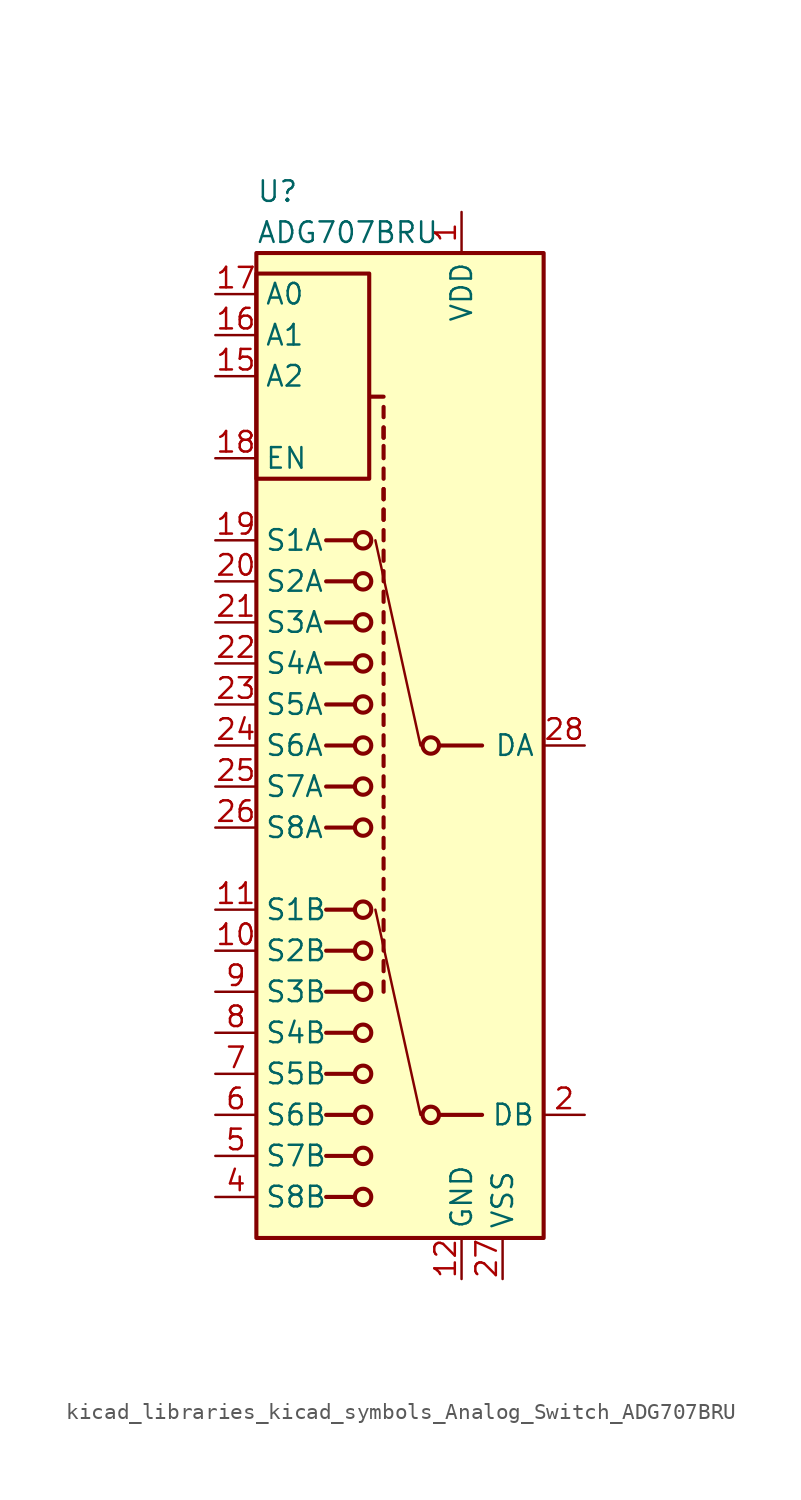
<source format=kicad_sym>
(kicad_symbol_lib
  (version 20220914)
  (generator kicad_symbol_editor)
  (symbol "kicad_libraries_kicad_symbols_Analog_Switch_ADG707BRU"
    (property "Reference" "U"
      (at -7.62 34.29 0)
      (effects (font (size 1.27 1.27)) (justify left)))
    (property "Value" "ADG707BRU"
      (at -7.62 31.75 0)
      (effects (font (size 1.27 1.27)) (justify left)))
    (symbol "kicad_libraries_kicad_symbols_Analog_Switch_ADG707BRU_0_1"
      (rectangle (start -7.62 29.21) (end -0.635 16.51) (stroke (width 0.254) (type default)) (fill (type none)))
      (rectangle (start -7.62 30.48) (end 10.16 -30.48) (stroke (width 0.254) (type default)) (fill (type background)))
      (circle (center -1.016 -27.94) (radius 0.508) (stroke (width 0.254) (type default)) (fill (type none)))
      (circle (center -1.016 -25.4) (radius 0.508) (stroke (width 0.254) (type default)) (fill (type none)))
      (circle (center -1.016 -22.86) (radius 0.508) (stroke (width 0.254) (type default)) (fill (type none)))
      (circle (center -1.016 -20.32) (radius 0.508) (stroke (width 0.254) (type default)) (fill (type none)))
      (circle (center -1.016 -17.78) (radius 0.508) (stroke (width 0.254) (type default)) (fill (type none)))
      (circle (center -1.016 -15.24) (radius 0.508) (stroke (width 0.254) (type default)) (fill (type none)))
      (circle (center -1.016 -12.7) (radius 0.508) (stroke (width 0.254) (type default)) (fill (type none)))
      (circle (center -1.016 -10.16) (radius 0.508) (stroke (width 0.254) (type default)) (fill (type none)))
      (circle (center -1.016 -5.08) (radius 0.508) (stroke (width 0.254) (type default)) (fill (type none)))
      (circle (center -1.016 -2.54) (radius 0.508) (stroke (width 0.254) (type default)) (fill (type none)))
      (circle (center -1.016 0) (radius 0.508) (stroke (width 0.254) (type default)) (fill (type none)))
      (circle (center -1.016 2.54) (radius 0.508) (stroke (width 0.254) (type default)) (fill (type none)))
      (circle (center -1.016 5.08) (radius 0.508) (stroke (width 0.254) (type default)) (fill (type none)))
      (circle (center -1.016 7.62) (radius 0.508) (stroke (width 0.254) (type default)) (fill (type none)))
      (circle (center -1.016 10.16) (radius 0.508) (stroke (width 0.254) (type default)) (fill (type none)))
      (circle (center -1.016 12.7) (radius 0.508) (stroke (width 0.254) (type default)) (fill (type none)))
      (polyline (pts (xy -1.524 -27.94) (xy -3.302 -27.94)) (stroke (width 0.254) (type default)) (fill (type none)))
      (polyline (pts (xy -1.524 -25.4) (xy -3.302 -25.4)) (stroke (width 0.254) (type default)) (fill (type none)))
      (polyline (pts (xy -1.524 -22.86) (xy -3.302 -22.86)) (stroke (width 0.254) (type default)) (fill (type none)))
      (polyline (pts (xy -1.524 -20.32) (xy -3.302 -20.32)) (stroke (width 0.254) (type default)) (fill (type none)))
      (polyline (pts (xy -1.524 -17.78) (xy -3.302 -17.78)) (stroke (width 0.254) (type default)) (fill (type none)))
      (polyline (pts (xy -1.524 -15.24) (xy -3.302 -15.24)) (stroke (width 0.254) (type default)) (fill (type none)))
      (polyline (pts (xy -1.524 -12.7) (xy -3.302 -12.7)) (stroke (width 0.254) (type default)) (fill (type none)))
      (polyline (pts (xy -1.524 -10.16) (xy -3.302 -10.16)) (stroke (width 0.254) (type default)) (fill (type none)))
      (polyline (pts (xy -1.524 -5.08) (xy -3.302 -5.08)) (stroke (width 0.254) (type default)) (fill (type none)))
      (polyline (pts (xy -1.524 -2.54) (xy -3.302 -2.54)) (stroke (width 0.254) (type default)) (fill (type none)))
      (polyline (pts (xy -1.524 0) (xy -3.302 0)) (stroke (width 0.254) (type default)) (fill (type none)))
      (polyline (pts (xy -1.524 2.54) (xy -3.302 2.54)) (stroke (width 0.254) (type default)) (fill (type none)))
      (polyline (pts (xy -1.524 5.08) (xy -3.302 5.08)) (stroke (width 0.254) (type default)) (fill (type none)))
      (polyline (pts (xy -1.524 7.62) (xy -3.302 7.62)) (stroke (width 0.254) (type default)) (fill (type none)))
      (polyline (pts (xy -1.524 10.16) (xy -3.302 10.16)) (stroke (width 0.254) (type default)) (fill (type none)))
      (polyline (pts (xy -1.524 12.7) (xy -3.302 12.7)) (stroke (width 0.254) (type default)) (fill (type none)))
      (polyline (pts (xy -0.508 21.59) (xy 0.254 21.59)) (stroke (width 0.254) (type default)) (fill (type none)))
      (polyline (pts (xy 0.254 -15.24) (xy 0.254 -14.605)) (stroke (width 0.254) (type default)) (fill (type none)))
      (polyline (pts (xy 0.254 -13.97) (xy 0.254 -13.335)) (stroke (width 0.254) (type default)) (fill (type none)))
      (polyline (pts (xy 0.254 -12.7) (xy 0.254 -12.065)) (stroke (width 0.254) (type default)) (fill (type none)))
      (polyline (pts (xy 0.254 -11.43) (xy 0.254 -10.795)) (stroke (width 0.254) (type default)) (fill (type none)))
      (polyline (pts (xy 0.254 -10.16) (xy 0.254 -9.525)) (stroke (width 0.254) (type default)) (fill (type none)))
      (polyline (pts (xy 0.254 -8.89) (xy 0.254 -8.255)) (stroke (width 0.254) (type default)) (fill (type none)))
      (polyline (pts (xy 0.254 -7.62) (xy 0.254 -6.985)) (stroke (width 0.254) (type default)) (fill (type none)))
      (polyline (pts (xy 0.254 -6.35) (xy 0.254 -5.715)) (stroke (width 0.254) (type default)) (fill (type none)))
      (polyline (pts (xy 0.254 -5.08) (xy 0.254 -4.445)) (stroke (width 0.254) (type default)) (fill (type none)))
      (polyline (pts (xy 0.254 -3.81) (xy 0.254 -3.175)) (stroke (width 0.254) (type default)) (fill (type none)))
      (polyline (pts (xy 0.254 -2.54) (xy 0.254 -1.905)) (stroke (width 0.254) (type default)) (fill (type none)))
      (polyline (pts (xy 0.254 -1.27) (xy 0.254 -0.635)) (stroke (width 0.254) (type default)) (fill (type none)))
      (polyline (pts (xy 0.254 0) (xy 0.254 0.635)) (stroke (width 0.254) (type default)) (fill (type none)))
      (polyline (pts (xy 0.254 1.27) (xy 0.254 1.905)) (stroke (width 0.254) (type default)) (fill (type none)))
      (polyline (pts (xy 0.254 2.54) (xy 0.254 3.175)) (stroke (width 0.254) (type default)) (fill (type none)))
      (polyline (pts (xy 0.254 3.81) (xy 0.254 4.445)) (stroke (width 0.254) (type default)) (fill (type none)))
      (polyline (pts (xy 0.254 5.08) (xy 0.254 5.715)) (stroke (width 0.254) (type default)) (fill (type none)))
      (polyline (pts (xy 0.254 6.35) (xy 0.254 6.985)) (stroke (width 0.254) (type default)) (fill (type none)))
      (polyline (pts (xy 0.254 7.62) (xy 0.254 8.255)) (stroke (width 0.254) (type default)) (fill (type none)))
      (polyline (pts (xy 0.254 8.89) (xy 0.254 9.525)) (stroke (width 0.254) (type default)) (fill (type none)))
      (polyline (pts (xy 0.254 10.16) (xy 0.254 10.795)) (stroke (width 0.254) (type default)) (fill (type none)))
      (polyline (pts (xy 0.254 11.43) (xy 0.254 12.065)) (stroke (width 0.254) (type default)) (fill (type none)))
      (polyline (pts (xy 0.254 12.7) (xy 0.254 13.335)) (stroke (width 0.254) (type default)) (fill (type none)))
      (polyline (pts (xy 0.254 13.97) (xy 0.254 14.605)) (stroke (width 0.254) (type default)) (fill (type none)))
      (polyline (pts (xy 0.254 13.97) (xy 0.254 14.605)) (stroke (width 0.254) (type default)) (fill (type none)))
      (polyline (pts (xy 0.254 15.24) (xy 0.254 15.875)) (stroke (width 0.254) (type default)) (fill (type none)))
      (polyline (pts (xy 0.254 15.24) (xy 0.254 15.875)) (stroke (width 0.254) (type default)) (fill (type none)))
      (polyline (pts (xy 0.254 16.51) (xy 0.254 17.145)) (stroke (width 0.254) (type default)) (fill (type none)))
      (polyline (pts (xy 0.254 17.78) (xy 0.254 18.542)) (stroke (width 0.254) (type default)) (fill (type none)))
      (polyline (pts (xy 0.254 19.05) (xy 0.254 19.685)) (stroke (width 0.254) (type default)) (fill (type none)))
      (polyline (pts (xy 0.254 19.05) (xy 0.254 19.685)) (stroke (width 0.254) (type default)) (fill (type none)))
      (polyline (pts (xy 0.254 20.32) (xy 0.254 20.955)) (stroke (width 0.254) (type default)) (fill (type none)))
      (polyline (pts (xy 2.54 -22.86) (xy -0.254 -10.16)) (stroke (width 0.152) (type default)) (fill (type none)))
      (polyline (pts (xy 2.54 0) (xy -0.254 12.7)) (stroke (width 0.152) (type default)) (fill (type none)))
      (polyline (pts (xy 6.35 -22.86) (xy 3.81 -22.86)) (stroke (width 0.254) (type default)) (fill (type none)))
      (polyline (pts (xy 6.35 0) (xy 3.81 0)) (stroke (width 0.254) (type default)) (fill (type none)))
      (circle (center 3.175 -22.86) (radius 0.508) (stroke (width 0.254) (type default)) (fill (type none)))
      (circle (center 3.175 0) (radius 0.508) (stroke (width 0.254) (type default)) (fill (type none))))
    (symbol "kicad_libraries_kicad_symbols_Analog_Switch_ADG707BRU_1_1"
      (pin power_in line (at 5.08 33.02 270) (length 2.54) (name "VDD" (effects (font (size 1.27 1.27)))) (number "1" (effects (font (size 1.27 1.27)))))
      (pin passive line (at -10.16 -12.7 0) (length 2.54) (name "S2B" (effects (font (size 1.27 1.27)))) (number "10" (effects (font (size 1.27 1.27)))))
      (pin passive line (at -10.16 -10.16 0) (length 2.54) (name "S1B" (effects (font (size 1.27 1.27)))) (number "11" (effects (font (size 1.27 1.27)))))
      (pin power_in line (at 5.08 -33.02 90) (length 2.54) (name "GND" (effects (font (size 1.27 1.27)))) (number "12" (effects (font (size 1.27 1.27)))))
      (pin no_connect line (at 10.16 25.4 180) (length 2.54) hide (name "NC" (effects (font (size 1.27 1.27)))) (number "13" (effects (font (size 1.27 1.27)))))
      (pin no_connect line (at 10.16 22.86 180) (length 2.54) hide (name "NC" (effects (font (size 1.27 1.27)))) (number "14" (effects (font (size 1.27 1.27)))))
      (pin input line (at -10.16 22.86 0) (length 2.54) (name "A2" (effects (font (size 1.27 1.27)))) (number "15" (effects (font (size 1.27 1.27)))))
      (pin input line (at -10.16 25.4 0) (length 2.54) (name "A1" (effects (font (size 1.27 1.27)))) (number "16" (effects (font (size 1.27 1.27)))))
      (pin input line (at -10.16 27.94 0) (length 2.54) (name "A0" (effects (font (size 1.27 1.27)))) (number "17" (effects (font (size 1.27 1.27)))))
      (pin input line (at -10.16 17.78 0) (length 2.54) (name "EN" (effects (font (size 1.27 1.27)))) (number "18" (effects (font (size 1.27 1.27)))))
      (pin passive line (at -10.16 12.7 0) (length 2.54) (name "S1A" (effects (font (size 1.27 1.27)))) (number "19" (effects (font (size 1.27 1.27)))))
      (pin passive line (at 12.7 -22.86 180) (length 2.54) (name "DB" (effects (font (size 1.27 1.27)))) (number "2" (effects (font (size 1.27 1.27)))))
      (pin passive line (at -10.16 10.16 0) (length 2.54) (name "S2A" (effects (font (size 1.27 1.27)))) (number "20" (effects (font (size 1.27 1.27)))))
      (pin passive line (at -10.16 7.62 0) (length 2.54) (name "S3A" (effects (font (size 1.27 1.27)))) (number "21" (effects (font (size 1.27 1.27)))))
      (pin passive line (at -10.16 5.08 0) (length 2.54) (name "S4A" (effects (font (size 1.27 1.27)))) (number "22" (effects (font (size 1.27 1.27)))))
      (pin passive line (at -10.16 2.54 0) (length 2.54) (name "S5A" (effects (font (size 1.27 1.27)))) (number "23" (effects (font (size 1.27 1.27)))))
      (pin passive line (at -10.16 0 0) (length 2.54) (name "S6A" (effects (font (size 1.27 1.27)))) (number "24" (effects (font (size 1.27 1.27)))))
      (pin passive line (at -10.16 -2.54 0) (length 2.54) (name "S7A" (effects (font (size 1.27 1.27)))) (number "25" (effects (font (size 1.27 1.27)))))
      (pin passive line (at -10.16 -5.08 0) (length 2.54) (name "S8A" (effects (font (size 1.27 1.27)))) (number "26" (effects (font (size 1.27 1.27)))))
      (pin power_in line (at 7.62 -33.02 90) (length 2.54) (name "VSS" (effects (font (size 1.27 1.27)))) (number "27" (effects (font (size 1.27 1.27)))))
      (pin passive line (at 12.7 0 180) (length 2.54) (name "DA" (effects (font (size 1.27 1.27)))) (number "28" (effects (font (size 1.27 1.27)))))
      (pin no_connect line (at 10.16 27.94 180) (length 2.54) hide (name "NC" (effects (font (size 1.27 1.27)))) (number "3" (effects (font (size 1.27 1.27)))))
      (pin passive line (at -10.16 -27.94 0) (length 2.54) (name "S8B" (effects (font (size 1.27 1.27)))) (number "4" (effects (font (size 1.27 1.27)))))
      (pin passive line (at -10.16 -25.4 0) (length 2.54) (name "S7B" (effects (font (size 1.27 1.27)))) (number "5" (effects (font (size 1.27 1.27)))))
      (pin passive line (at -10.16 -22.86 0) (length 2.54) (name "S6B" (effects (font (size 1.27 1.27)))) (number "6" (effects (font (size 1.27 1.27)))))
      (pin passive line (at -10.16 -20.32 0) (length 2.54) (name "S5B" (effects (font (size 1.27 1.27)))) (number "7" (effects (font (size 1.27 1.27)))))
      (pin passive line (at -10.16 -17.78 0) (length 2.54) (name "S4B" (effects (font (size 1.27 1.27)))) (number "8" (effects (font (size 1.27 1.27)))))
      (pin passive line (at -10.16 -15.24 0) (length 2.54) (name "S3B" (effects (font (size 1.27 1.27)))) (number "9" (effects (font (size 1.27 1.27))))))))
</source>
